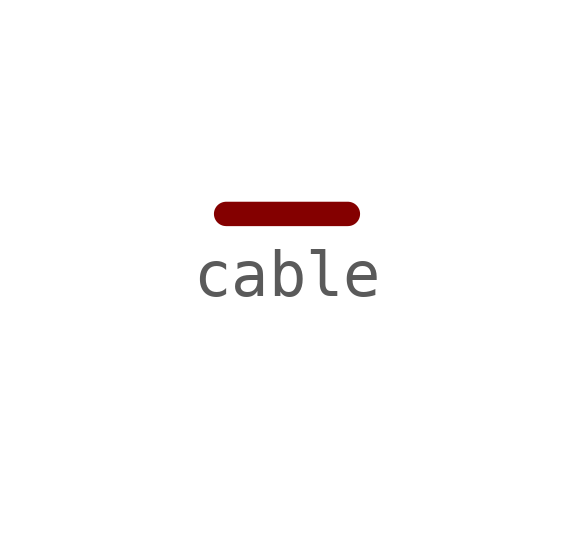
<source format=kicad_sym>
(kicad_symbol_lib
  (version 20231120)
  (generator "kicad_symbol_editor")
  (generator_version "8.0")
  (symbol "cable"
    (pin_names
      (offset 1.016))
    (property "Reference" "L"
      (at 0 2.54 0)
      (effects (font (size 1.27 1.27)) (justify left) (hide yes)))
    (symbol "cable_0_1"
      (polyline (pts (xy 0 0) (xy 2.54 0)) (stroke (width 0.508) (type default)) (fill (type none))))
    (symbol "cable_1_1"
      (pin input line (at 0 0 0) (length 1.778) (name "" (effects (font (size 1.27 1.27)))) (number "" (effects (font (size 1.143 1.143)))))
      (pin input line (at 2.54 0 180) (length 1.778) (name "" (effects (font (size 1.27 1.27)))) (number "" (effects (font (size 1.143 1.143))))))))
</source>
